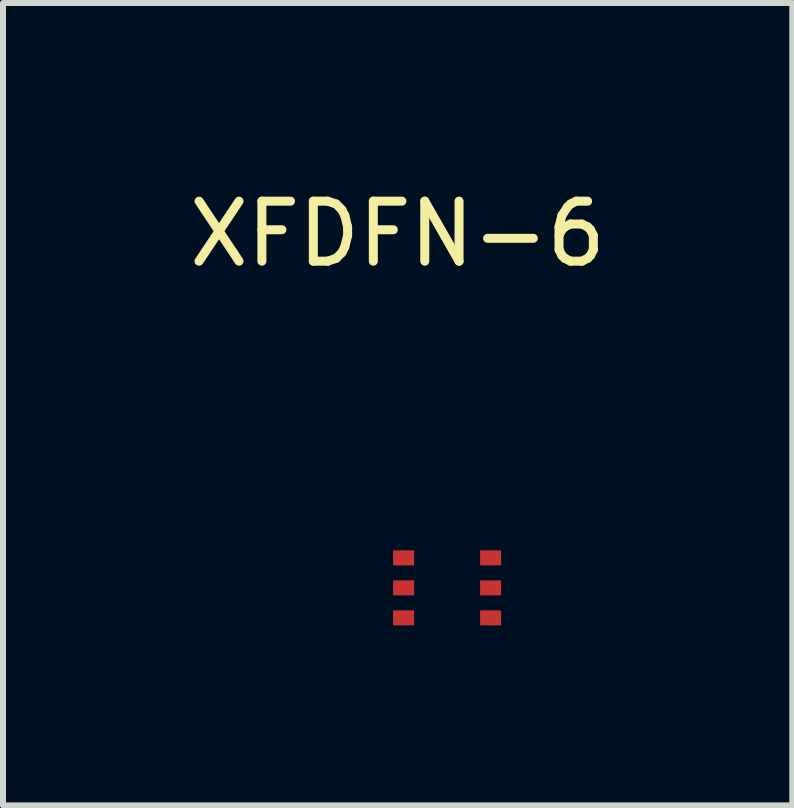
<source format=kicad_pcb>
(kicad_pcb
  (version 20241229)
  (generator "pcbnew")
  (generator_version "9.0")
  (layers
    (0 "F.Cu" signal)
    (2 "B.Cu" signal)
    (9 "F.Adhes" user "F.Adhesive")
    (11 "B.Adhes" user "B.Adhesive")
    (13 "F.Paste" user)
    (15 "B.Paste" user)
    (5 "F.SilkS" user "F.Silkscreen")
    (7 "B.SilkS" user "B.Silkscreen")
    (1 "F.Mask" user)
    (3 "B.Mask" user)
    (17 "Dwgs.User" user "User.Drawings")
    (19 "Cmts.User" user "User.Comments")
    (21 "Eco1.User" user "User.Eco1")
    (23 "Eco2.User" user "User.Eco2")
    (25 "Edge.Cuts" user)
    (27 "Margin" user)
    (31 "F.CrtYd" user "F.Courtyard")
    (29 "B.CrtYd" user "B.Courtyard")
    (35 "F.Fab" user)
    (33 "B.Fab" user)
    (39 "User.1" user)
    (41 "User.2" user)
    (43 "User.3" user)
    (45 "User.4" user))
  (footprint "XFDFN-6"
    (layer "F.Cu")
    (at 3.677 6.248)
    (property "Reference" "XFDFN-6" (at -0.1 -5.4 0) (layer "F.SilkS") (effects (font (size 1 1) (thickness 0.15))))
    (attr through_hole)
    (pad "1" smd rect (at 0 0) (size 0.35 0.25) (layers "F.Cu" "F.Mask" "F.Paste"))
    (pad "2" smd rect (at 0 0.5) (size 0.35 0.25) (layers "F.Cu" "F.Mask" "F.Paste"))
    (pad "3" smd rect (at 0 1) (size 0.35 0.25) (layers "F.Cu" "F.Mask" "F.Paste"))
    (pad "4" smd rect (at 1.45 1) (size 0.35 0.25) (layers "F.Cu" "F.Mask" "F.Paste"))
    (pad "5" smd rect (at 1.45 0.5) (size 0.35 0.25) (layers "F.Cu" "F.Mask" "F.Paste"))
    (pad "6" smd rect (at 1.45 0) (size 0.35 0.25) (layers "F.Cu" "F.Mask" "F.Paste")))
  (gr_rect
    (start -3 -3)
    (end 10.155 10.373)
    (stroke (width 0.1) (type default))
    (fill no)
    (layer "Edge.Cuts")))
</source>
